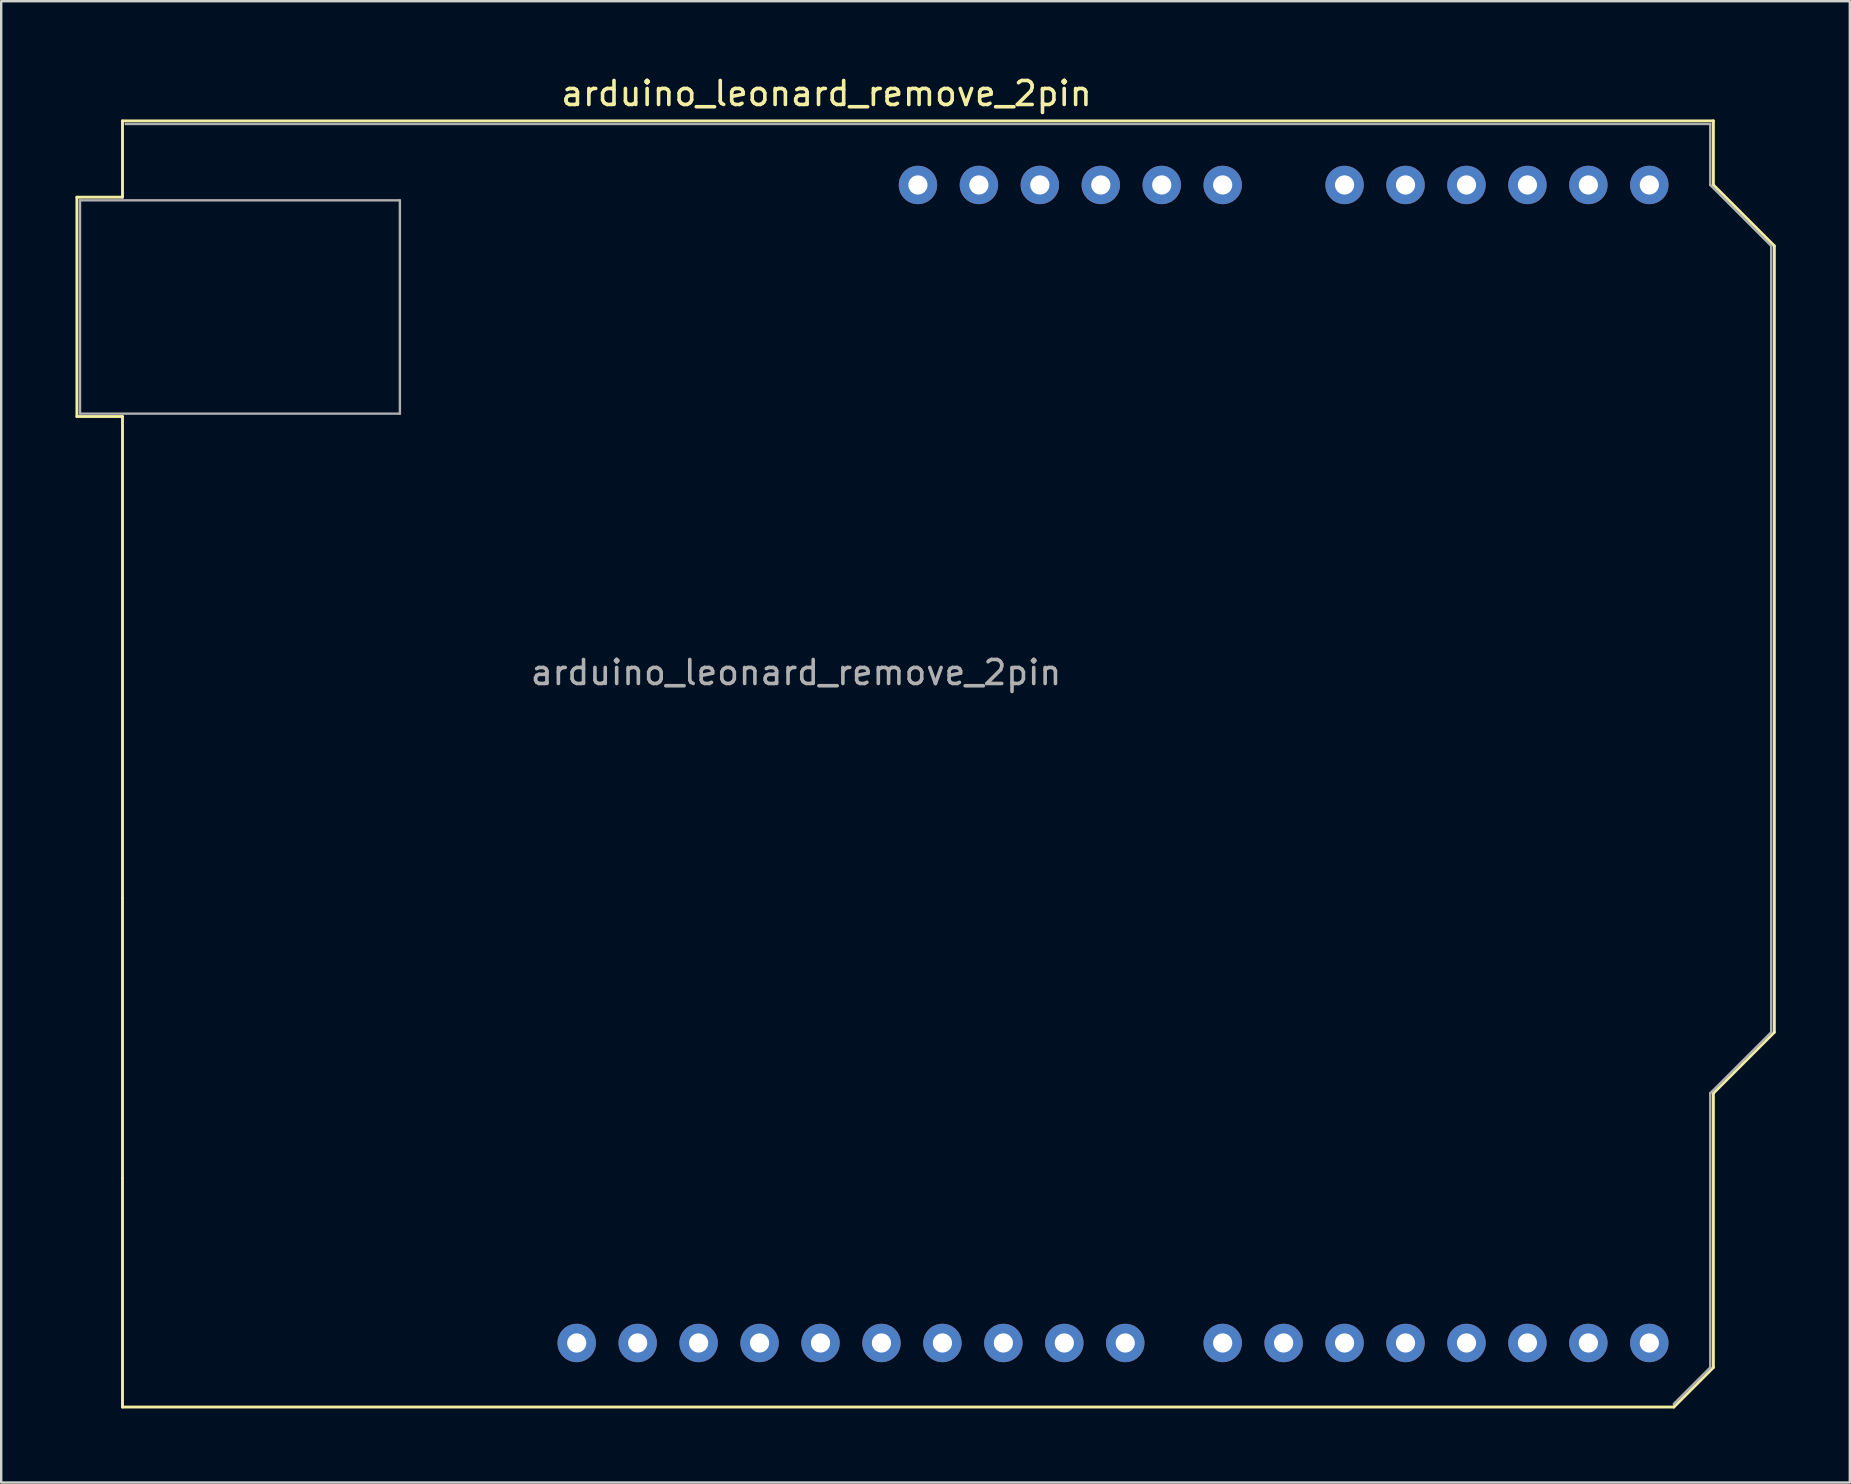
<source format=kicad_pcb>
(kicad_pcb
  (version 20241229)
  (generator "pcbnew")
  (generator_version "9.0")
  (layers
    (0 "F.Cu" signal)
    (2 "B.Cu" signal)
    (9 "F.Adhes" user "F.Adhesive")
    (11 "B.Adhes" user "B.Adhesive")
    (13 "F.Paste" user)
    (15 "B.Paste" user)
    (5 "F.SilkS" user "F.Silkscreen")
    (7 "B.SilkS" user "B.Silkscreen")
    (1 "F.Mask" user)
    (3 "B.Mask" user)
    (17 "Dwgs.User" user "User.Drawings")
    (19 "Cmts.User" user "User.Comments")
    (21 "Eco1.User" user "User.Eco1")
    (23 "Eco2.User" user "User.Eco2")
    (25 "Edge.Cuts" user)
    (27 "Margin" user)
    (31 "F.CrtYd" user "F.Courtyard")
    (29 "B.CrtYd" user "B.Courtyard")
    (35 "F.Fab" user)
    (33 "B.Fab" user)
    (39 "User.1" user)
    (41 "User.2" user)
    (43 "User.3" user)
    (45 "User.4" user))
  (footprint "arduino_leonard_remove_2pin"
    (layer "F.Cu")
    (at 30.125 4.658)
    (property "Reference" "arduino_leonard_remove_2pin" (at 1.27 -3.81 180) (layer "F.SilkS") (effects (font (size 1 1) (thickness 0.15))))
    (attr through_hole)
    (fp_line (start -29.97 0.51) (end -29.97 9.65) (stroke (width 0.12) (type solid)) (layer "F.SilkS"))
    (fp_line (start -29.97 9.65) (end -28.07 9.65) (stroke (width 0.12) (type solid)) (layer "F.SilkS"))
    (fp_line (start -28.07 -2.67) (end -28.07 0.51) (stroke (width 0.12) (type solid)) (layer "F.SilkS"))
    (fp_line (start -28.07 0.51) (end -29.97 0.51) (stroke (width 0.12) (type solid)) (layer "F.SilkS"))
    (fp_line (start -28.07 9.65) (end -28.07 29.72) (stroke (width 0.12) (type solid)) (layer "F.SilkS"))
    (fp_line (start -28.07 29.72) (end -28.07 41.4) (stroke (width 0.12) (type solid)) (layer "F.SilkS"))
    (fp_line (start -28.07 41.4) (end -28.07 50.93) (stroke (width 0.12) (type solid)) (layer "F.SilkS"))
    (fp_line (start -28.07 50.93) (end 36.58 50.93) (stroke (width 0.12) (type solid)) (layer "F.SilkS"))
    (fp_line (start 36.58 50.93) (end 38.23 49.28) (stroke (width 0.12) (type solid)) (layer "F.SilkS"))
    (fp_line (start 38.23 -2.67) (end -28.07 -2.67) (stroke (width 0.12) (type solid)) (layer "F.SilkS"))
    (fp_line (start 38.23 0) (end 38.23 -2.67) (stroke (width 0.12) (type solid)) (layer "F.SilkS"))
    (fp_line (start 38.23 37.85) (end 40.77 35.31) (stroke (width 0.12) (type solid)) (layer "F.SilkS"))
    (fp_line (start 38.23 49.28) (end 38.23 37.85) (stroke (width 0.12) (type solid)) (layer "F.SilkS"))
    (fp_line (start 40.77 2.54) (end 38.23 0) (stroke (width 0.12) (type solid)) (layer "F.SilkS"))
    (fp_line (start 40.77 35.31) (end 40.77 2.54) (stroke (width 0.12) (type solid)) (layer "F.SilkS"))
    (fp_line (start -30.1 0.38) (end -28.19 0.38) (stroke (width 0.05) (type solid)) (layer "Eco1.User"))
    (fp_line (start -30.1 9.78) (end -30.1 0.38) (stroke (width 0.05) (type solid)) (layer "Eco1.User"))
    (fp_line (start -28.19 -2.79) (end 38.35 -2.79) (stroke (width 0.05) (type solid)) (layer "Eco1.User"))
    (fp_line (start -28.19 0.38) (end -28.19 -2.79) (stroke (width 0.05) (type solid)) (layer "Eco1.User"))
    (fp_line (start -28.19 9.78) (end -30.1 9.78) (stroke (width 0.05) (type solid)) (layer "Eco1.User"))
    (fp_line (start -28.19 29.59) (end -28.19 9.78) (stroke (width 0.05) (type solid)) (layer "Eco1.User"))
    (fp_line (start -28.19 29.59) (end -28.19 41.53) (stroke (width 0.05) (type solid)) (layer "Eco1.User"))
    (fp_line (start -28.19 51.05) (end -28.19 41.53) (stroke (width 0.05) (type solid)) (layer "Eco1.User"))
    (fp_line (start -26.67 37) (end -22.86 37) (stroke (width 0.12) (type solid)) (layer "Eco1.User"))
    (fp_line (start 36.58 51.05) (end -28.19 51.05) (stroke (width 0.05) (type solid)) (layer "Eco1.User"))
    (fp_line (start 38.35 -2.79) (end 38.35 0) (stroke (width 0.05) (type solid)) (layer "Eco1.User"))
    (fp_line (start 38.35 0) (end 40.89 2.54) (stroke (width 0.05) (type solid)) (layer "Eco1.User"))
    (fp_line (start 38.35 37.85) (end 38.35 49.28) (stroke (width 0.05) (type solid)) (layer "Eco1.User"))
    (fp_line (start 38.35 49.28) (end 36.58 51.05) (stroke (width 0.05) (type solid)) (layer "Eco1.User"))
    (fp_line (start 40.89 2.54) (end 40.89 35.31) (stroke (width 0.05) (type solid)) (layer "Eco1.User"))
    (fp_line (start 40.89 35.31) (end 38.35 37.85) (stroke (width 0.05) (type solid)) (layer "Eco1.User"))
    (fp_line (start -29.84 0.64) (end -16.51 0.64) (stroke (width 0.1) (type solid)) (layer "F.Fab"))
    (fp_line (start -29.84 9.53) (end -29.84 0.64) (stroke (width 0.1) (type solid)) (layer "F.Fab"))
    (fp_line (start -27.94 -2.54) (end 38.1 -2.54) (stroke (width 0.1) (type solid)) (layer "F.Fab"))
    (fp_line (start -16.51 0.64) (end -16.51 9.53) (stroke (width 0.1) (type solid)) (layer "F.Fab"))
    (fp_line (start -16.51 9.53) (end -29.84 9.53) (stroke (width 0.1) (type solid)) (layer "F.Fab"))
    (fp_line (start 38.1 -2.54) (end 38.1 0) (stroke (width 0.1) (type solid)) (layer "F.Fab"))
    (fp_line (start 38.1 0) (end 40.64 2.54) (stroke (width 0.1) (type solid)) (layer "F.Fab"))
    (fp_line (start 38.1 37.85) (end 38.1 49.28) (stroke (width 0.1) (type solid)) (layer "F.Fab"))
    (fp_line (start 38.1 49.28) (end 36.58 50.8) (stroke (width 0.1) (type solid)) (layer "F.Fab"))
    (fp_line (start 40.64 2.54) (end 40.64 35.31) (stroke (width 0.1) (type solid)) (layer "F.Fab"))
    (fp_line (start 40.64 35.31) (end 38.1 37.85) (stroke (width 0.1) (type solid)) (layer "F.Fab"))
    (fp_text user "${REFERENCE}" (at 0 20.32 180) (layer "F.Fab") (effects (font (size 1 1) (thickness 0.15))))
    (pad "+5V" thru_hole oval (at 10.16 0 90) (size 1.6 1.6) (drill 0.8) (layers "*.Cu" "*.Mask"))
    (pad "3V3" thru_hole oval (at 7.62 0 90) (size 1.6 1.6) (drill 0.8) (layers "*.Cu" "*.Mask"))
    (pad "A0" thru_hole oval (at 22.86 0 90) (size 1.6 1.6) (drill 0.8) (layers "*.Cu" "*.Mask"))
    (pad "A1" thru_hole oval (at 25.4 0 90) (size 1.6 1.6) (drill 0.8) (layers "*.Cu" "*.Mask"))
    (pad "A2" thru_hole oval (at 27.94 0 90) (size 1.6 1.6) (drill 0.8) (layers "*.Cu" "*.Mask"))
    (pad "A3" thru_hole oval (at 30.48 0 90) (size 1.6 1.6) (drill 0.8) (layers "*.Cu" "*.Mask"))
    (pad "A4" thru_hole oval (at 33.02 0 90) (size 1.6 1.6) (drill 0.8) (layers "*.Cu" "*.Mask"))
    (pad "A5" thru_hole oval (at 35.56 0 90) (size 1.6 1.6) (drill 0.8) (layers "*.Cu" "*.Mask"))
    (pad "AREF" thru_hole oval (at -4.06 48.26 90) (size 1.6 1.6) (drill 0.8) (layers "*.Cu" "*.Mask"))
    (pad "D0/RX" thru_hole oval (at 35.56 48.26 90) (size 1.6 1.6) (drill 0.8) (layers "*.Cu" "*.Mask"))
    (pad "D1/TX" thru_hole oval (at 33.02 48.26 90) (size 1.6 1.6) (drill 0.8) (layers "*.Cu" "*.Mask"))
    (pad "D2/SDA" thru_hole oval (at 30.48 48.26 90) (size 1.6 1.6) (drill 0.8) (layers "*.Cu" "*.Mask"))
    (pad "D3/SCL" thru_hole oval (at 27.94 48.26 90) (size 1.6 1.6) (drill 0.8) (layers "*.Cu" "*.Mask"))
    (pad "D4" thru_hole oval (at 25.4 48.26 90) (size 1.6 1.6) (drill 0.8) (layers "*.Cu" "*.Mask"))
    (pad "D5" thru_hole oval (at 22.86 48.26 90) (size 1.6 1.6) (drill 0.8) (layers "*.Cu" "*.Mask"))
    (pad "D6" thru_hole oval (at 20.32 48.26 90) (size 1.6 1.6) (drill 0.8) (layers "*.Cu" "*.Mask"))
    (pad "D7" thru_hole oval (at 17.78 48.26 90) (size 1.6 1.6) (drill 0.8) (layers "*.Cu" "*.Mask"))
    (pad "D8" thru_hole oval (at 13.72 48.26 90) (size 1.6 1.6) (drill 0.8) (layers "*.Cu" "*.Mask"))
    (pad "D9" thru_hole oval (at 11.18 48.26 90) (size 1.6 1.6) (drill 0.8) (layers "*.Cu" "*.Mask"))
    (pad "D10" thru_hole oval (at 8.64 48.26 90) (size 1.6 1.6) (drill 0.8) (layers "*.Cu" "*.Mask"))
    (pad "D11" thru_hole oval (at 6.1 48.26 90) (size 1.6 1.6) (drill 0.8) (layers "*.Cu" "*.Mask"))
    (pad "D12" thru_hole oval (at 3.56 48.26 90) (size 1.6 1.6) (drill 0.8) (layers "*.Cu" "*.Mask"))
    (pad "D13" thru_hole oval (at 1.02 48.26 90) (size 1.6 1.6) (drill 0.8) (layers "*.Cu" "*.Mask"))
    (pad "GND" thru_hole oval (at -1.52 48.26 90) (size 1.6 1.6) (drill 0.8) (layers "*.Cu" "*.Mask"))
    (pad "GND" thru_hole oval (at 12.7 0 90) (size 1.6 1.6) (drill 0.8) (layers "*.Cu" "*.Mask"))
    (pad "GND" thru_hole oval (at 15.24 0 90) (size 1.6 1.6) (drill 0.8) (layers "*.Cu" "*.Mask"))
    (pad "RESET" thru_hole oval (at 5.08 0 90) (size 1.6 1.6) (drill 0.8) (layers "*.Cu" "*.Mask"))
    (pad "SCL" thru_hole oval (at -9.14 48.26 90) (size 1.6 1.6) (drill 0.8) (layers "*.Cu" "*.Mask"))
    (pad "SDA" thru_hole oval (at -6.6 48.26 90) (size 1.6 1.6) (drill 0.8) (layers "*.Cu" "*.Mask"))
    (pad "VIN" thru_hole oval (at 17.78 0 90) (size 1.6 1.6) (drill 0.8) (layers "*.Cu" "*.Mask")))
  (gr_rect
    (start -3 -3)
    (end 74.04 58.733)
    (stroke (width 0.1) (type default))
    (fill no)
    (layer "Edge.Cuts")))
</source>
